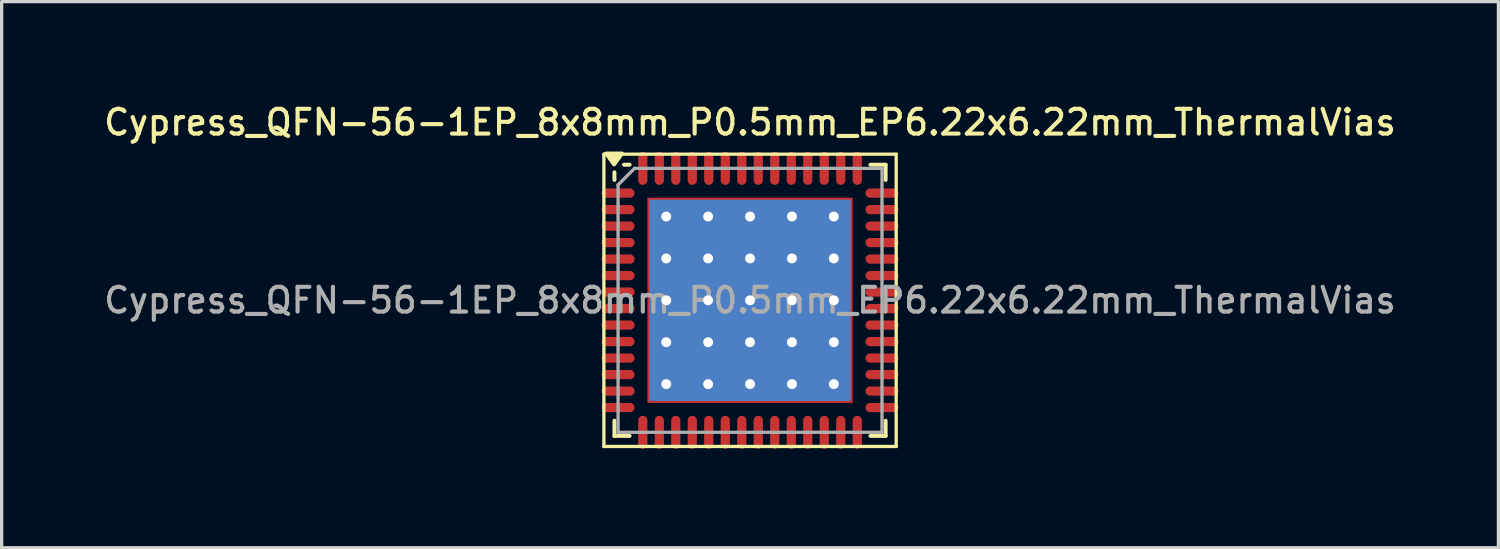
<source format=kicad_pcb>
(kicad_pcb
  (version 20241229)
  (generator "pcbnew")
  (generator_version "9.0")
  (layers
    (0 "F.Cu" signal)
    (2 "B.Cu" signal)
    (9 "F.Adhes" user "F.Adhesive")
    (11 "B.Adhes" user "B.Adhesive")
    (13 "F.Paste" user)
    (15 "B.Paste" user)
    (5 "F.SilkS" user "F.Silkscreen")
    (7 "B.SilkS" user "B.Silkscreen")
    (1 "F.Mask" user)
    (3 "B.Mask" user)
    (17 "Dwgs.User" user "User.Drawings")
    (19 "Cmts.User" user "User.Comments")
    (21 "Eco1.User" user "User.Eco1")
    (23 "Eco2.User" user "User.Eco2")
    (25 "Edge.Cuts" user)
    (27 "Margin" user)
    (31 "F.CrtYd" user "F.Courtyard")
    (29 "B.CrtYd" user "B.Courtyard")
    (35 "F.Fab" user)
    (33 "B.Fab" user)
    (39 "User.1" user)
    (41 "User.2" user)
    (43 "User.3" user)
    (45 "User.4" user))
  (footprint "Cypress_QFN-56-1EP_8x8mm_P0.5mm_EP6.22x6.22mm_ThermalVias"
    (layer "F.Cu")
    (at 19.684 6.053)
    (property "Reference" "Cypress_QFN-56-1EP_8x8mm_P0.5mm_EP6.22x6.22mm_ThermalVias" (at 0 -5.395 0) (layer "F.SilkS") (effects (font (size 0.75 0.75) (thickness 0.125))))
    (attr smd)
    (fp_line (start -2.54 -1.905) (end 2.54 -1.905) (stroke (width 0.864) (type solid)) (layer "F.Mask"))
    (fp_line (start -2.54 -0.635) (end 2.54 -0.635) (stroke (width 0.864) (type solid)) (layer "F.Mask"))
    (fp_line (start -2.54 0.635) (end 2.54 0.635) (stroke (width 0.864) (type solid)) (layer "F.Mask"))
    (fp_line (start -2.54 1.905) (end 2.54 1.905) (stroke (width 0.864) (type solid)) (layer "F.Mask"))
    (fp_line (start -1.905 -2.54) (end -1.905 2.54) (stroke (width 0.864) (type solid)) (layer "F.Mask"))
    (fp_line (start -0.635 -2.54) (end -0.635 2.54) (stroke (width 0.864) (type solid)) (layer "F.Mask"))
    (fp_line (start 0.635 -2.54) (end 0.635 2.54) (stroke (width 0.864) (type solid)) (layer "F.Mask"))
    (fp_line (start 1.905 -2.54) (end 1.905 2.54) (stroke (width 0.864) (type solid)) (layer "F.Mask"))
    (fp_circle (center -2.54 -2.54) (end -2.24 -2.54) (stroke (width 0.2) (type solid)) (fill no) (layer "F.Mask"))
    (fp_circle (center -2.54 -1.27) (end -2.24 -1.27) (stroke (width 0.2) (type solid)) (fill no) (layer "F.Mask"))
    (fp_circle (center -2.54 0) (end -2.24 0) (stroke (width 0.2) (type solid)) (fill no) (layer "F.Mask"))
    (fp_circle (center -2.54 1.27) (end -2.24 1.27) (stroke (width 0.2) (type solid)) (fill no) (layer "F.Mask"))
    (fp_circle (center -2.54 2.54) (end -2.24 2.54) (stroke (width 0.2) (type solid)) (fill no) (layer "F.Mask"))
    (fp_circle (center -1.27 -2.54) (end -0.97 -2.54) (stroke (width 0.2) (type solid)) (fill no) (layer "F.Mask"))
    (fp_circle (center -1.27 -1.27) (end -0.97 -1.27) (stroke (width 0.2) (type solid)) (fill no) (layer "F.Mask"))
    (fp_circle (center -1.27 0) (end -0.97 0) (stroke (width 0.2) (type solid)) (fill no) (layer "F.Mask"))
    (fp_circle (center -1.27 1.27) (end -0.97 1.27) (stroke (width 0.2) (type solid)) (fill no) (layer "F.Mask"))
    (fp_circle (center -1.27 2.54) (end -0.97 2.54) (stroke (width 0.2) (type solid)) (fill no) (layer "F.Mask"))
    (fp_circle (center 0 -2.54) (end 0.3 -2.54) (stroke (width 0.2) (type solid)) (fill no) (layer "F.Mask"))
    (fp_circle (center 0 -1.27) (end 0.3 -1.27) (stroke (width 0.2) (type solid)) (fill no) (layer "F.Mask"))
    (fp_circle (center 0 0) (end 0 -0.3) (stroke (width 0.2) (type solid)) (fill no) (layer "F.Mask"))
    (fp_circle (center 0 1.27) (end 0.3 1.27) (stroke (width 0.2) (type solid)) (fill no) (layer "F.Mask"))
    (fp_circle (center 0 2.54) (end 0.3 2.54) (stroke (width 0.2) (type solid)) (fill no) (layer "F.Mask"))
    (fp_circle (center 1.27 -2.54) (end 1.57 -2.54) (stroke (width 0.2) (type solid)) (fill no) (layer "F.Mask"))
    (fp_circle (center 1.27 -1.27) (end 1.57 -1.27) (stroke (width 0.2) (type solid)) (fill no) (layer "F.Mask"))
    (fp_circle (center 1.27 0) (end 1.57 0) (stroke (width 0.2) (type solid)) (fill no) (layer "F.Mask"))
    (fp_circle (center 1.27 1.27) (end 1.57 1.27) (stroke (width 0.2) (type solid)) (fill no) (layer "F.Mask"))
    (fp_circle (center 1.27 2.54) (end 1.57 2.54) (stroke (width 0.2) (type solid)) (fill no) (layer "F.Mask"))
    (fp_circle (center 2.54 -2.54) (end 2.84 -2.54) (stroke (width 0.2) (type solid)) (fill no) (layer "F.Mask"))
    (fp_circle (center 2.54 -1.27) (end 2.84 -1.27) (stroke (width 0.2) (type solid)) (fill no) (layer "F.Mask"))
    (fp_circle (center 2.54 0) (end 2.84 0) (stroke (width 0.2) (type solid)) (fill no) (layer "F.Mask"))
    (fp_circle (center 2.54 1.27) (end 2.84 1.27) (stroke (width 0.2) (type solid)) (fill no) (layer "F.Mask"))
    (fp_circle (center 2.54 2.54) (end 2.84 2.54) (stroke (width 0.2) (type solid)) (fill no) (layer "F.Mask"))
    (fp_poly (pts (xy -3.11 -3.11) (xy -2.75 -3.11) (xy -2.75 3.11) (xy -3.11 3.11)) (stroke (width 0) (type solid)) (fill yes) (layer "F.Mask"))
    (fp_poly (pts (xy -3.11 3.11) (xy -3.11 2.75) (xy 3.11 2.75) (xy 3.11 3.11)) (stroke (width 0) (type solid)) (fill yes) (layer "F.Mask"))
    (fp_poly (pts (xy 3.11 -3.11) (xy 3.11 -2.75) (xy -3.11 -2.75) (xy -3.11 -3.11)) (stroke (width 0) (type solid)) (fill yes) (layer "F.Mask"))
    (fp_poly (pts (xy 3.11 3.11) (xy 2.75 3.11) (xy 2.75 -3.11) (xy 3.11 -3.11)) (stroke (width 0) (type solid)) (fill yes) (layer "F.Mask"))
    (fp_line (start -4.43 -4.43) (end 4.43 -4.43) (stroke (width 0.1) (type solid)) (layer "F.SilkS"))
    (fp_line (start -4.43 4.43) (end -4.43 -4.43) (stroke (width 0.1) (type solid)) (layer "F.SilkS"))
    (fp_line (start -4.11 -3.65) (end -4.11 -3.88) (stroke (width 0.12) (type solid)) (layer "F.SilkS"))
    (fp_line (start -4.11 4.11) (end -4.11 3.65) (stroke (width 0.12) (type solid)) (layer "F.SilkS"))
    (fp_line (start -4.11 4.11) (end -3.65 4.11) (stroke (width 0.12) (type solid)) (layer "F.SilkS"))
    (fp_line (start -3.65 -4.11) (end -3.82 -4.11) (stroke (width 0.12) (type solid)) (layer "F.SilkS"))
    (fp_line (start 3.65 -4.11) (end 4.11 -4.11) (stroke (width 0.12) (type solid)) (layer "F.SilkS"))
    (fp_line (start 4.11 -4.11) (end 4.11 -3.65) (stroke (width 0.12) (type solid)) (layer "F.SilkS"))
    (fp_line (start 4.11 3.65) (end 4.11 4.11) (stroke (width 0.12) (type solid)) (layer "F.SilkS"))
    (fp_line (start 4.11 4.11) (end 3.65 4.11) (stroke (width 0.12) (type solid)) (layer "F.SilkS"))
    (fp_line (start 4.43 -4.43) (end 4.43 4.43) (stroke (width 0.1) (type solid)) (layer "F.SilkS"))
    (fp_line (start 4.43 4.43) (end -4.43 4.43) (stroke (width 0.1) (type solid)) (layer "F.SilkS"))
    (fp_poly (pts (xy -4.12 -4.12) (xy -4.36 -4.45) (xy -3.88 -4.45) (xy -4.12 -4.12)) (stroke (width 0.12) (type solid)) (fill yes) (layer "F.SilkS"))
    (fp_line (start -4 -3.5) (end -3.5 -4) (stroke (width 0.1) (type solid)) (layer "F.Fab"))
    (fp_line (start -4 4) (end -4 -3.5) (stroke (width 0.1) (type solid)) (layer "F.Fab"))
    (fp_line (start -3.5 -4) (end 4 -4) (stroke (width 0.1) (type solid)) (layer "F.Fab"))
    (fp_line (start 4 -4) (end 4 4) (stroke (width 0.1) (type solid)) (layer "F.Fab"))
    (fp_line (start 4 4) (end -4 4) (stroke (width 0.1) (type solid)) (layer "F.Fab"))
    (fp_text user "${REFERENCE}" (at 0 0 0) (layer "F.Fab") (effects (font (size 0.75 0.75) (thickness 0.125))))
    (pad "" smd rect (at -1.555 -1.555) (size 2.6 2.6) (layers "F.Paste"))
    (pad "" smd rect (at -1.555 1.555) (size 2.6 2.6) (layers "F.Paste"))
    (pad "" smd rect (at 1.555 -1.555) (size 2.6 2.6) (layers "F.Paste"))
    (pad "" smd rect (at 1.555 1.555) (size 2.6 2.6) (layers "F.Paste"))
    (pad "1" smd oval (at -4 -3.25) (size 1 0.28) (layers "F.Cu" "F.Mask" "F.Paste"))
    (pad "2" smd oval (at -4 -2.75) (size 1 0.28) (layers "F.Cu" "F.Mask" "F.Paste"))
    (pad "3" smd oval (at -4 -2.25) (size 1 0.28) (layers "F.Cu" "F.Mask" "F.Paste"))
    (pad "4" smd oval (at -4 -1.75) (size 1 0.28) (layers "F.Cu" "F.Mask" "F.Paste"))
    (pad "5" smd oval (at -4 -1.25) (size 1 0.28) (layers "F.Cu" "F.Mask" "F.Paste"))
    (pad "6" smd oval (at -4 -0.75) (size 1 0.28) (layers "F.Cu" "F.Mask" "F.Paste"))
    (pad "7" smd oval (at -4 -0.25) (size 1 0.28) (layers "F.Cu" "F.Mask" "F.Paste"))
    (pad "8" smd oval (at -4 0.25) (size 1 0.28) (layers "F.Cu" "F.Mask" "F.Paste"))
    (pad "9" smd oval (at -4 0.75) (size 1 0.28) (layers "F.Cu" "F.Mask" "F.Paste"))
    (pad "10" smd oval (at -4 1.25) (size 1 0.28) (layers "F.Cu" "F.Mask" "F.Paste"))
    (pad "11" smd oval (at -4 1.75) (size 1 0.28) (layers "F.Cu" "F.Mask" "F.Paste"))
    (pad "12" smd oval (at -4 2.25) (size 1 0.28) (layers "F.Cu" "F.Mask" "F.Paste"))
    (pad "13" smd oval (at -4 2.75) (size 1 0.28) (layers "F.Cu" "F.Mask" "F.Paste"))
    (pad "14" smd oval (at -4 3.25) (size 1 0.28) (layers "F.Cu" "F.Mask" "F.Paste"))
    (pad "15" smd oval (at -3.25 4) (size 0.28 1) (layers "F.Cu" "F.Mask" "F.Paste"))
    (pad "16" smd oval (at -2.75 4) (size 0.28 1) (layers "F.Cu" "F.Mask" "F.Paste"))
    (pad "17" smd oval (at -2.25 4) (size 0.28 1) (layers "F.Cu" "F.Mask" "F.Paste"))
    (pad "18" smd oval (at -1.75 4) (size 0.28 1) (layers "F.Cu" "F.Mask" "F.Paste"))
    (pad "19" smd oval (at -1.25 4) (size 0.28 1) (layers "F.Cu" "F.Mask" "F.Paste"))
    (pad "20" smd oval (at -0.75 4) (size 0.28 1) (layers "F.Cu" "F.Mask" "F.Paste"))
    (pad "21" smd oval (at -0.25 4) (size 0.28 1) (layers "F.Cu" "F.Mask" "F.Paste"))
    (pad "22" smd oval (at 0.25 4) (size 0.28 1) (layers "F.Cu" "F.Mask" "F.Paste"))
    (pad "23" smd oval (at 0.75 4) (size 0.28 1) (layers "F.Cu" "F.Mask" "F.Paste"))
    (pad "24" smd oval (at 1.25 4) (size 0.28 1) (layers "F.Cu" "F.Mask" "F.Paste"))
    (pad "25" smd oval (at 1.75 4) (size 0.28 1) (layers "F.Cu" "F.Mask" "F.Paste"))
    (pad "26" smd oval (at 2.25 4) (size 0.28 1) (layers "F.Cu" "F.Mask" "F.Paste"))
    (pad "27" smd oval (at 2.75 4) (size 0.28 1) (layers "F.Cu" "F.Mask" "F.Paste"))
    (pad "28" smd oval (at 3.25 4) (size 0.28 1) (layers "F.Cu" "F.Mask" "F.Paste"))
    (pad "29" smd oval (at 4 3.25) (size 1 0.28) (layers "F.Cu" "F.Mask" "F.Paste"))
    (pad "30" smd oval (at 4 2.75) (size 1 0.28) (layers "F.Cu" "F.Mask" "F.Paste"))
    (pad "31" smd oval (at 4 2.25) (size 1 0.28) (layers "F.Cu" "F.Mask" "F.Paste"))
    (pad "32" smd oval (at 4 1.75) (size 1 0.28) (layers "F.Cu" "F.Mask" "F.Paste"))
    (pad "33" smd oval (at 4 1.25) (size 1 0.28) (layers "F.Cu" "F.Mask" "F.Paste"))
    (pad "34" smd oval (at 4 0.75) (size 1 0.28) (layers "F.Cu" "F.Mask" "F.Paste"))
    (pad "35" smd oval (at 4 0.25) (size 1 0.28) (layers "F.Cu" "F.Mask" "F.Paste"))
    (pad "36" smd oval (at 4 -0.25) (size 1 0.28) (layers "F.Cu" "F.Mask" "F.Paste"))
    (pad "37" smd oval (at 4 -0.75) (size 1 0.28) (layers "F.Cu" "F.Mask" "F.Paste"))
    (pad "38" smd oval (at 4 -1.25) (size 1 0.28) (layers "F.Cu" "F.Mask" "F.Paste"))
    (pad "39" smd oval (at 4 -1.75) (size 1 0.28) (layers "F.Cu" "F.Mask" "F.Paste"))
    (pad "40" smd oval (at 4 -2.25) (size 1 0.28) (layers "F.Cu" "F.Mask" "F.Paste"))
    (pad "41" smd oval (at 4 -2.75) (size 1 0.28) (layers "F.Cu" "F.Mask" "F.Paste"))
    (pad "42" smd oval (at 4 -3.25) (size 1 0.28) (layers "F.Cu" "F.Mask" "F.Paste"))
    (pad "43" smd oval (at 3.25 -4) (size 0.28 1) (layers "F.Cu" "F.Mask" "F.Paste"))
    (pad "44" smd oval (at 2.75 -4) (size 0.28 1) (layers "F.Cu" "F.Mask" "F.Paste"))
    (pad "45" smd oval (at 2.25 -4) (size 0.28 1) (layers "F.Cu" "F.Mask" "F.Paste"))
    (pad "46" smd oval (at 1.75 -4) (size 0.28 1) (layers "F.Cu" "F.Mask" "F.Paste"))
    (pad "47" smd oval (at 1.25 -4) (size 0.28 1) (layers "F.Cu" "F.Mask" "F.Paste"))
    (pad "48" smd oval (at 0.75 -4) (size 0.28 1) (layers "F.Cu" "F.Mask" "F.Paste"))
    (pad "49" smd oval (at 0.25 -4) (size 0.28 1) (layers "F.Cu" "F.Mask" "F.Paste"))
    (pad "50" smd oval (at -0.25 -4) (size 0.28 1) (layers "F.Cu" "F.Mask" "F.Paste"))
    (pad "51" smd oval (at -0.75 -4) (size 0.28 1) (layers "F.Cu" "F.Mask" "F.Paste"))
    (pad "52" smd oval (at -1.25 -4) (size 0.28 1) (layers "F.Cu" "F.Mask" "F.Paste"))
    (pad "53" smd oval (at -1.75 -4) (size 0.28 1) (layers "F.Cu" "F.Mask" "F.Paste"))
    (pad "54" smd oval (at -2.25 -4) (size 0.28 1) (layers "F.Cu" "F.Mask" "F.Paste"))
    (pad "55" smd oval (at -2.75 -4) (size 0.28 1) (layers "F.Cu" "F.Mask" "F.Paste"))
    (pad "56" smd oval (at -3.25 -4) (size 0.28 1) (layers "F.Cu" "F.Mask" "F.Paste"))
    (pad "57" thru_hole circle (at -2.54 -2.54) (size 0.6 0.6) (drill 0.3) (layers "*.Cu"))
    (pad "57" thru_hole circle (at -2.54 -1.27) (size 0.6 0.6) (drill 0.3) (layers "*.Cu"))
    (pad "57" thru_hole circle (at -2.54 0) (size 0.6 0.6) (drill 0.3) (layers "*.Cu"))
    (pad "57" thru_hole circle (at -2.54 1.27) (size 0.6 0.6) (drill 0.3) (layers "*.Cu"))
    (pad "57" thru_hole circle (at -2.54 2.54) (size 0.6 0.6) (drill 0.3) (layers "*.Cu"))
    (pad "57" thru_hole circle (at -1.27 -2.54) (size 0.6 0.6) (drill 0.3) (layers "*.Cu"))
    (pad "57" thru_hole circle (at -1.27 -1.27) (size 0.6 0.6) (drill 0.3) (layers "*.Cu"))
    (pad "57" thru_hole circle (at -1.27 0) (size 0.6 0.6) (drill 0.3) (layers "*.Cu"))
    (pad "57" thru_hole circle (at -1.27 1.27) (size 0.6 0.6) (drill 0.3) (layers "*.Cu"))
    (pad "57" thru_hole circle (at -1.27 2.54) (size 0.6 0.6) (drill 0.3) (layers "*.Cu"))
    (pad "57" thru_hole circle (at 0 -2.54) (size 0.6 0.6) (drill 0.3) (layers "*.Cu"))
    (pad "57" thru_hole circle (at 0 -1.27) (size 0.6 0.6) (drill 0.3) (layers "*.Cu"))
    (pad "57" thru_hole circle (at 0 0) (size 0.6 0.6) (drill 0.3) (layers "*.Cu"))
    (pad "57" smd rect (at 0 0) (size 6.1 6.1) (layers "B.Cu"))
    (pad "57" smd rect (at 0 0) (size 6.22 6.22) (layers "F.Cu"))
    (pad "57" thru_hole circle (at 0 1.27) (size 0.6 0.6) (drill 0.3) (layers "*.Cu"))
    (pad "57" thru_hole circle (at 0 2.54) (size 0.6 0.6) (drill 0.3) (layers "*.Cu"))
    (pad "57" thru_hole circle (at 1.27 -2.54) (size 0.6 0.6) (drill 0.3) (layers "*.Cu"))
    (pad "57" thru_hole circle (at 1.27 -1.27) (size 0.6 0.6) (drill 0.3) (layers "*.Cu"))
    (pad "57" thru_hole circle (at 1.27 0) (size 0.6 0.6) (drill 0.3) (layers "*.Cu"))
    (pad "57" thru_hole circle (at 1.27 1.27) (size 0.6 0.6) (drill 0.3) (layers "*.Cu"))
    (pad "57" thru_hole circle (at 1.27 2.54) (size 0.6 0.6) (drill 0.3) (layers "*.Cu"))
    (pad "57" thru_hole circle (at 2.54 -2.54) (size 0.6 0.6) (drill 0.3) (layers "*.Cu"))
    (pad "57" thru_hole circle (at 2.54 -1.27) (size 0.6 0.6) (drill 0.3) (layers "*.Cu"))
    (pad "57" thru_hole circle (at 2.54 0) (size 0.6 0.6) (drill 0.3) (layers "*.Cu"))
    (pad "57" thru_hole circle (at 2.54 1.27) (size 0.6 0.6) (drill 0.3) (layers "*.Cu"))
    (pad "57" thru_hole circle (at 2.54 2.54) (size 0.6 0.6) (drill 0.3) (layers "*.Cu")))
  (gr_rect
    (start -3 -3)
    (end 42.368 13.553)
    (stroke (width 0.1) (type default))
    (fill no)
    (layer "Edge.Cuts")))
</source>
